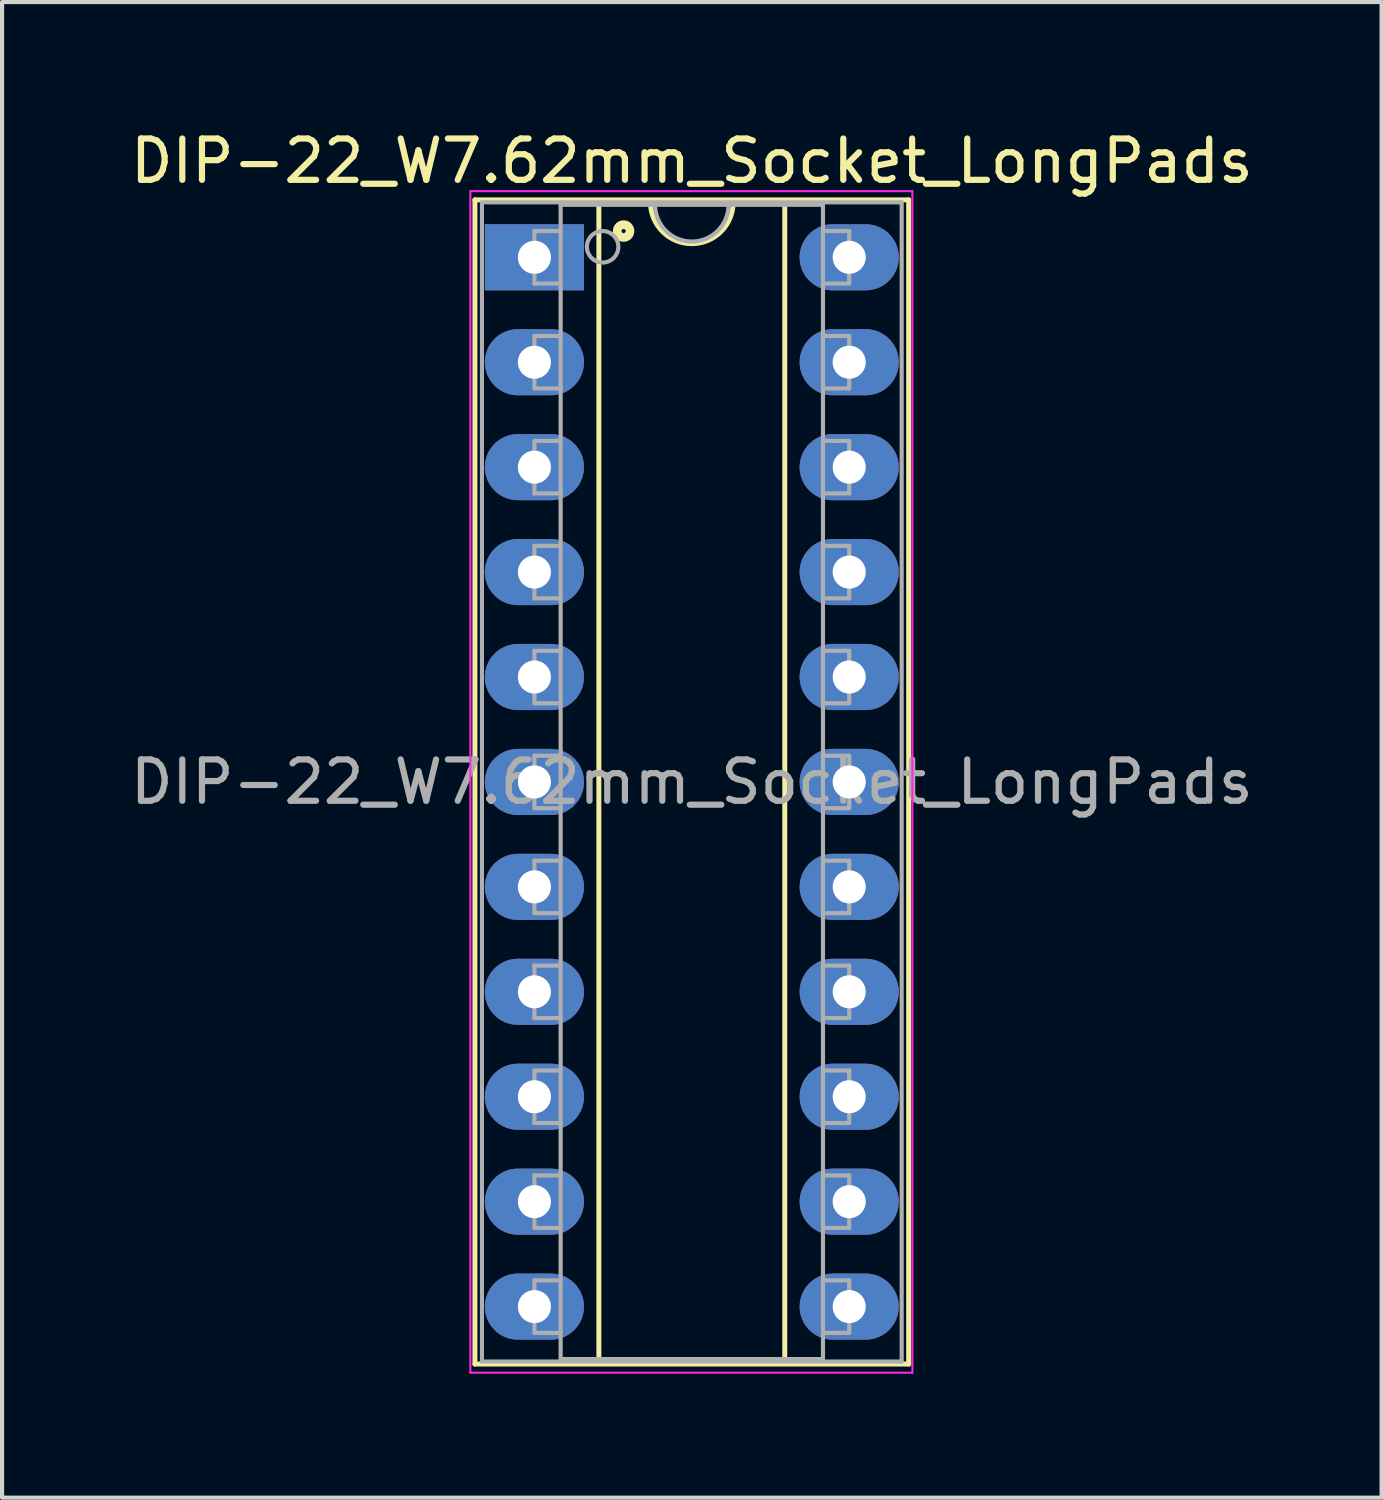
<source format=kicad_pcb>
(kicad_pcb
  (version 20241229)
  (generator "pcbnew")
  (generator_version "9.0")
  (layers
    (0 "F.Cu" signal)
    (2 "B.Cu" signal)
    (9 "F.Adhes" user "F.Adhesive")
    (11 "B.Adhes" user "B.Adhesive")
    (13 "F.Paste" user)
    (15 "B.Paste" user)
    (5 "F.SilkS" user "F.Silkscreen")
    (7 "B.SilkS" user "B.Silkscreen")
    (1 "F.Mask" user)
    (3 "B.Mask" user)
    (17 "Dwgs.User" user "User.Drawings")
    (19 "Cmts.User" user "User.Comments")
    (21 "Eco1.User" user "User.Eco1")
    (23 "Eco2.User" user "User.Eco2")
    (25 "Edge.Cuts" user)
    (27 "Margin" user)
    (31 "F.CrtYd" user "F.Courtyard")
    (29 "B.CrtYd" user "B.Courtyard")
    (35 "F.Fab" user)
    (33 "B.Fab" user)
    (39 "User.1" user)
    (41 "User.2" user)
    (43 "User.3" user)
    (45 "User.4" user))
  (footprint "DIP-22_W7.62mm_Socket_LongPads"
    (layer "F.Cu")
    (at 9.886 3.178)
    (property "Reference" "DIP-22_W7.62mm_Socket_LongPads" (at 3.81 -2.33 0) (layer "F.SilkS") (effects (font (size 1 1) (thickness 0.15))))
    (attr through_hole)
    (fp_line (start -1.44 -1.39) (end -1.44 26.79) (stroke (width 0.12) (type solid)) (layer "F.SilkS"))
    (fp_line (start -1.44 26.79) (end 9.06 26.79) (stroke (width 0.12) (type solid)) (layer "F.SilkS"))
    (fp_line (start 1.56 -1.33) (end 1.56 26.73) (stroke (width 0.12) (type solid)) (layer "F.SilkS"))
    (fp_line (start 1.56 26.73) (end 6.06 26.73) (stroke (width 0.12) (type solid)) (layer "F.SilkS"))
    (fp_line (start 2.81 -1.33) (end 1.56 -1.33) (stroke (width 0.12) (type solid)) (layer "F.SilkS"))
    (fp_line (start 6.06 -1.33) (end 4.81 -1.33) (stroke (width 0.12) (type solid)) (layer "F.SilkS"))
    (fp_line (start 6.06 26.73) (end 6.06 -1.33) (stroke (width 0.12) (type solid)) (layer "F.SilkS"))
    (fp_line (start 9.06 -1.39) (end -1.44 -1.39) (stroke (width 0.12) (type solid)) (layer "F.SilkS"))
    (fp_line (start 9.06 26.79) (end 9.06 -1.39) (stroke (width 0.12) (type solid)) (layer "F.SilkS"))
    (fp_arc (start 4.81 -1.33) (mid 3.81 -0.33) (end 2.81 -1.33) (stroke (width 0.12) (type solid)) (layer "F.SilkS"))
    (fp_circle (center 2.159 -0.635) (end 2.209 -0.635) (stroke (width 0.12) (type solid)) (fill no) (layer "F.SilkS"))
    (fp_circle (center 2.159 -0.635) (end 2.284 -0.635) (stroke (width 0.12) (type solid)) (fill no) (layer "F.SilkS"))
    (fp_circle (center 2.159 -0.635) (end 2.359 -0.635) (stroke (width 0.12) (type solid)) (fill no) (layer "F.SilkS"))
    (fp_line (start -1.55 -1.6) (end -1.55 27) (stroke (width 0.05) (type solid)) (layer "F.CrtYd"))
    (fp_line (start -1.55 27) (end 9.15 27) (stroke (width 0.05) (type solid)) (layer "F.CrtYd"))
    (fp_line (start 9.15 -1.6) (end -1.55 -1.6) (stroke (width 0.05) (type solid)) (layer "F.CrtYd"))
    (fp_line (start 9.15 27) (end 9.15 -1.6) (stroke (width 0.05) (type solid)) (layer "F.CrtYd"))
    (fp_line (start -1.27 -1.33) (end -1.27 26.73) (stroke (width 0.1) (type solid)) (layer "F.Fab"))
    (fp_line (start -1.27 26.73) (end 8.89 26.73) (stroke (width 0.1) (type solid)) (layer "F.Fab"))
    (fp_line (start 0 -0.635) (end 0 0.635) (stroke (width 0.1) (type solid)) (layer "F.Fab"))
    (fp_line (start 0 -0.635) (end 0.635 -0.635) (stroke (width 0.1) (type solid)) (layer "F.Fab"))
    (fp_line (start 0 0.635) (end 0.635 0.635) (stroke (width 0.1) (type solid)) (layer "F.Fab"))
    (fp_line (start 0 1.905) (end 0 3.175) (stroke (width 0.1) (type solid)) (layer "F.Fab"))
    (fp_line (start 0 1.905) (end 0.635 1.905) (stroke (width 0.1) (type solid)) (layer "F.Fab"))
    (fp_line (start 0 3.175) (end 0.635 3.175) (stroke (width 0.1) (type solid)) (layer "F.Fab"))
    (fp_line (start 0 4.445) (end 0 5.715) (stroke (width 0.1) (type solid)) (layer "F.Fab"))
    (fp_line (start 0 4.445) (end 0.635 4.445) (stroke (width 0.1) (type solid)) (layer "F.Fab"))
    (fp_line (start 0 5.715) (end 0.635 5.715) (stroke (width 0.1) (type solid)) (layer "F.Fab"))
    (fp_line (start 0 6.985) (end 0 8.255) (stroke (width 0.1) (type solid)) (layer "F.Fab"))
    (fp_line (start 0 6.985) (end 0.635 6.985) (stroke (width 0.1) (type solid)) (layer "F.Fab"))
    (fp_line (start 0 8.255) (end 0.635 8.255) (stroke (width 0.1) (type solid)) (layer "F.Fab"))
    (fp_line (start 0 9.525) (end 0 10.795) (stroke (width 0.1) (type solid)) (layer "F.Fab"))
    (fp_line (start 0 9.525) (end 0.635 9.525) (stroke (width 0.1) (type solid)) (layer "F.Fab"))
    (fp_line (start 0 10.795) (end 0.635 10.795) (stroke (width 0.1) (type solid)) (layer "F.Fab"))
    (fp_line (start 0 12.065) (end 0 13.335) (stroke (width 0.1) (type solid)) (layer "F.Fab"))
    (fp_line (start 0 12.065) (end 0.635 12.065) (stroke (width 0.1) (type solid)) (layer "F.Fab"))
    (fp_line (start 0 13.335) (end 0.635 13.335) (stroke (width 0.1) (type solid)) (layer "F.Fab"))
    (fp_line (start 0 14.605) (end 0 15.875) (stroke (width 0.1) (type solid)) (layer "F.Fab"))
    (fp_line (start 0 14.605) (end 0.635 14.605) (stroke (width 0.1) (type solid)) (layer "F.Fab"))
    (fp_line (start 0 15.875) (end 0.635 15.875) (stroke (width 0.1) (type solid)) (layer "F.Fab"))
    (fp_line (start 0 17.145) (end 0 18.415) (stroke (width 0.1) (type solid)) (layer "F.Fab"))
    (fp_line (start 0 17.145) (end 0.635 17.145) (stroke (width 0.1) (type solid)) (layer "F.Fab"))
    (fp_line (start 0 18.415) (end 0.635 18.415) (stroke (width 0.1) (type solid)) (layer "F.Fab"))
    (fp_line (start 0 19.685) (end 0 20.955) (stroke (width 0.1) (type solid)) (layer "F.Fab"))
    (fp_line (start 0 19.685) (end 0.635 19.685) (stroke (width 0.1) (type solid)) (layer "F.Fab"))
    (fp_line (start 0 20.955) (end 0.635 20.955) (stroke (width 0.1) (type solid)) (layer "F.Fab"))
    (fp_line (start 0 22.225) (end 0 23.495) (stroke (width 0.1) (type solid)) (layer "F.Fab"))
    (fp_line (start 0 22.225) (end 0.635 22.225) (stroke (width 0.1) (type solid)) (layer "F.Fab"))
    (fp_line (start 0 23.495) (end 0.635 23.495) (stroke (width 0.1) (type solid)) (layer "F.Fab"))
    (fp_line (start 0 24.765) (end 0 26.035) (stroke (width 0.1) (type solid)) (layer "F.Fab"))
    (fp_line (start 0 24.765) (end 0.635 24.765) (stroke (width 0.1) (type solid)) (layer "F.Fab"))
    (fp_line (start 0 26.035) (end 0.635 26.035) (stroke (width 0.1) (type solid)) (layer "F.Fab"))
    (fp_line (start 0.635 -1.27) (end 6.985 -1.27) (stroke (width 0.1) (type solid)) (layer "F.Fab"))
    (fp_line (start 0.635 26.67) (end 0.635 -1.27) (stroke (width 0.1) (type solid)) (layer "F.Fab"))
    (fp_line (start 6.985 -1.27) (end 6.985 26.67) (stroke (width 0.1) (type solid)) (layer "F.Fab"))
    (fp_line (start 6.985 26.67) (end 0.635 26.67) (stroke (width 0.1) (type solid)) (layer "F.Fab"))
    (fp_line (start 7.62 -0.635) (end 6.985 -0.635) (stroke (width 0.1) (type solid)) (layer "F.Fab"))
    (fp_line (start 7.62 0.635) (end 6.985 0.635) (stroke (width 0.1) (type solid)) (layer "F.Fab"))
    (fp_line (start 7.62 0.635) (end 7.62 -0.635) (stroke (width 0.1) (type solid)) (layer "F.Fab"))
    (fp_line (start 7.62 1.905) (end 6.985 1.905) (stroke (width 0.1) (type solid)) (layer "F.Fab"))
    (fp_line (start 7.62 3.175) (end 6.985 3.175) (stroke (width 0.1) (type solid)) (layer "F.Fab"))
    (fp_line (start 7.62 3.175) (end 7.62 1.905) (stroke (width 0.1) (type solid)) (layer "F.Fab"))
    (fp_line (start 7.62 4.445) (end 6.985 4.445) (stroke (width 0.1) (type solid)) (layer "F.Fab"))
    (fp_line (start 7.62 5.715) (end 6.985 5.715) (stroke (width 0.1) (type solid)) (layer "F.Fab"))
    (fp_line (start 7.62 5.715) (end 7.62 4.445) (stroke (width 0.1) (type solid)) (layer "F.Fab"))
    (fp_line (start 7.62 6.985) (end 6.985 6.985) (stroke (width 0.1) (type solid)) (layer "F.Fab"))
    (fp_line (start 7.62 8.255) (end 6.985 8.255) (stroke (width 0.1) (type solid)) (layer "F.Fab"))
    (fp_line (start 7.62 8.255) (end 7.62 6.985) (stroke (width 0.1) (type solid)) (layer "F.Fab"))
    (fp_line (start 7.62 9.525) (end 6.985 9.525) (stroke (width 0.1) (type solid)) (layer "F.Fab"))
    (fp_line (start 7.62 10.795) (end 6.985 10.795) (stroke (width 0.1) (type solid)) (layer "F.Fab"))
    (fp_line (start 7.62 10.795) (end 7.62 9.525) (stroke (width 0.1) (type solid)) (layer "F.Fab"))
    (fp_line (start 7.62 12.065) (end 6.985 12.065) (stroke (width 0.1) (type solid)) (layer "F.Fab"))
    (fp_line (start 7.62 13.335) (end 6.985 13.335) (stroke (width 0.1) (type solid)) (layer "F.Fab"))
    (fp_line (start 7.62 13.335) (end 7.62 12.065) (stroke (width 0.1) (type solid)) (layer "F.Fab"))
    (fp_line (start 7.62 14.605) (end 6.985 14.605) (stroke (width 0.1) (type solid)) (layer "F.Fab"))
    (fp_line (start 7.62 15.875) (end 6.985 15.875) (stroke (width 0.1) (type solid)) (layer "F.Fab"))
    (fp_line (start 7.62 15.875) (end 7.62 14.605) (stroke (width 0.1) (type solid)) (layer "F.Fab"))
    (fp_line (start 7.62 17.145) (end 6.985 17.145) (stroke (width 0.1) (type solid)) (layer "F.Fab"))
    (fp_line (start 7.62 18.415) (end 6.985 18.415) (stroke (width 0.1) (type solid)) (layer "F.Fab"))
    (fp_line (start 7.62 18.415) (end 7.62 17.145) (stroke (width 0.1) (type solid)) (layer "F.Fab"))
    (fp_line (start 7.62 19.685) (end 6.985 19.685) (stroke (width 0.1) (type solid)) (layer "F.Fab"))
    (fp_line (start 7.62 20.955) (end 6.985 20.955) (stroke (width 0.1) (type solid)) (layer "F.Fab"))
    (fp_line (start 7.62 20.955) (end 7.62 19.685) (stroke (width 0.1) (type solid)) (layer "F.Fab"))
    (fp_line (start 7.62 22.225) (end 6.985 22.225) (stroke (width 0.1) (type solid)) (layer "F.Fab"))
    (fp_line (start 7.62 23.495) (end 6.985 23.495) (stroke (width 0.1) (type solid)) (layer "F.Fab"))
    (fp_line (start 7.62 23.495) (end 7.62 22.225) (stroke (width 0.1) (type solid)) (layer "F.Fab"))
    (fp_line (start 7.62 24.765) (end 6.985 24.765) (stroke (width 0.1) (type solid)) (layer "F.Fab"))
    (fp_line (start 7.62 26.035) (end 6.985 26.035) (stroke (width 0.1) (type solid)) (layer "F.Fab"))
    (fp_line (start 7.62 26.035) (end 7.62 24.765) (stroke (width 0.1) (type solid)) (layer "F.Fab"))
    (fp_line (start 8.89 -1.33) (end -1.27 -1.33) (stroke (width 0.1) (type solid)) (layer "F.Fab"))
    (fp_line (start 8.89 26.73) (end 8.89 -1.33) (stroke (width 0.1) (type solid)) (layer "F.Fab"))
    (fp_arc (start 4.699 -1.27) (mid 3.81 -0.381) (end 2.921 -1.27) (stroke (width 0.1) (type solid)) (layer "F.Fab"))
    (fp_circle (center 1.651 -0.254) (end 2.032 -0.254) (stroke (width 0.1) (type solid)) (fill no) (layer "F.Fab"))
    (fp_text user "${REFERENCE}" (at 3.81 12.7 0) (layer "F.Fab") (effects (font (size 1 1) (thickness 0.15))))
    (pad "1" thru_hole rect (at 0 0) (size 2.4 1.6) (drill 0.8) (layers "*.Cu" "*.Mask"))
    (pad "2" thru_hole oval (at 0 2.54) (size 2.4 1.6) (drill 0.8) (layers "*.Cu" "*.Mask"))
    (pad "3" thru_hole oval (at 0 5.08) (size 2.4 1.6) (drill 0.8) (layers "*.Cu" "*.Mask"))
    (pad "4" thru_hole oval (at 0 7.62) (size 2.4 1.6) (drill 0.8) (layers "*.Cu" "*.Mask"))
    (pad "5" thru_hole oval (at 0 10.16) (size 2.4 1.6) (drill 0.8) (layers "*.Cu" "*.Mask"))
    (pad "6" thru_hole oval (at 0 12.7) (size 2.4 1.6) (drill 0.8) (layers "*.Cu" "*.Mask"))
    (pad "7" thru_hole oval (at 0 15.24) (size 2.4 1.6) (drill 0.8) (layers "*.Cu" "*.Mask"))
    (pad "8" thru_hole oval (at 0 17.78) (size 2.4 1.6) (drill 0.8) (layers "*.Cu" "*.Mask"))
    (pad "9" thru_hole oval (at 0 20.32) (size 2.4 1.6) (drill 0.8) (layers "*.Cu" "*.Mask"))
    (pad "10" thru_hole oval (at 0 22.86) (size 2.4 1.6) (drill 0.8) (layers "*.Cu" "*.Mask"))
    (pad "11" thru_hole oval (at 0 25.4) (size 2.4 1.6) (drill 0.8) (layers "*.Cu" "*.Mask"))
    (pad "12" thru_hole oval (at 7.62 25.4) (size 2.4 1.6) (drill 0.8) (layers "*.Cu" "*.Mask"))
    (pad "13" thru_hole oval (at 7.62 22.86) (size 2.4 1.6) (drill 0.8) (layers "*.Cu" "*.Mask"))
    (pad "14" thru_hole oval (at 7.62 20.32) (size 2.4 1.6) (drill 0.8) (layers "*.Cu" "*.Mask"))
    (pad "15" thru_hole oval (at 7.62 17.78) (size 2.4 1.6) (drill 0.8) (layers "*.Cu" "*.Mask"))
    (pad "16" thru_hole oval (at 7.62 15.24) (size 2.4 1.6) (drill 0.8) (layers "*.Cu" "*.Mask"))
    (pad "17" thru_hole oval (at 7.62 12.7) (size 2.4 1.6) (drill 0.8) (layers "*.Cu" "*.Mask"))
    (pad "18" thru_hole oval (at 7.62 10.16) (size 2.4 1.6) (drill 0.8) (layers "*.Cu" "*.Mask"))
    (pad "19" thru_hole oval (at 7.62 7.62) (size 2.4 1.6) (drill 0.8) (layers "*.Cu" "*.Mask"))
    (pad "20" thru_hole oval (at 7.62 5.08) (size 2.4 1.6) (drill 0.8) (layers "*.Cu" "*.Mask"))
    (pad "21" thru_hole oval (at 7.62 2.54) (size 2.4 1.6) (drill 0.8) (layers "*.Cu" "*.Mask"))
    (pad "22" thru_hole oval (at 7.62 0) (size 2.4 1.6) (drill 0.8) (layers "*.Cu" "*.Mask")))
  (gr_rect
    (start -3 -3)
    (end 30.393 33.203)
    (stroke (width 0.1) (type default))
    (fill no)
    (layer "Edge.Cuts")))
</source>
